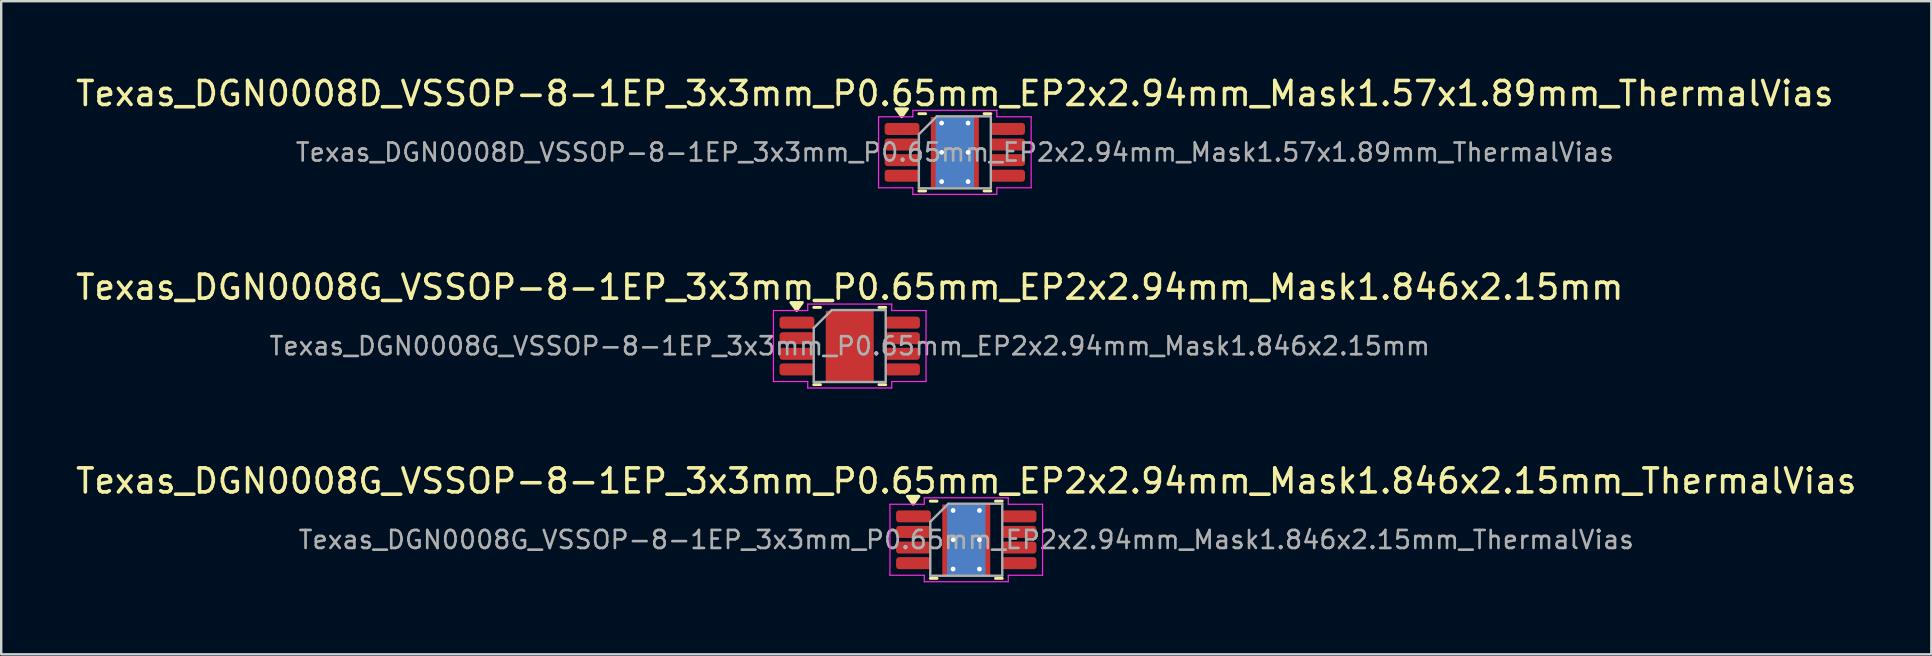
<source format=kicad_pcb>
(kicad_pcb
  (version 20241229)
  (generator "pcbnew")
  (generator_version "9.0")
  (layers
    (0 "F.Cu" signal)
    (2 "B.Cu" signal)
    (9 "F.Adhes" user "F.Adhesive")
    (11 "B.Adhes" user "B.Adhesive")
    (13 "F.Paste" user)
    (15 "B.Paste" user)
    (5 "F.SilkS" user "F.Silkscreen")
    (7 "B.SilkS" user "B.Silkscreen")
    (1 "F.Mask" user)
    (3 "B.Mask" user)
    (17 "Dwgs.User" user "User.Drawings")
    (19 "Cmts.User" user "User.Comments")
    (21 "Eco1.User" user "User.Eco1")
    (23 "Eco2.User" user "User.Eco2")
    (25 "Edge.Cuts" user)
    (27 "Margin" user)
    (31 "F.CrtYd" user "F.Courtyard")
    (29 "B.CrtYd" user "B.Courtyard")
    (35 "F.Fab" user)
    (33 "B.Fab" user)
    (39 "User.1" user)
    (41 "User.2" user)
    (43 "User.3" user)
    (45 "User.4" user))
  (footprint "Texas_DGN0008G_VSSOP-8-1EP_3x3mm_P0.65mm_EP2x2.94mm_Mask1.846x2.15mm"
    (layer "F.Cu")
    (at 32.363 11.371)
    (property "Reference" "Texas_DGN0008G_VSSOP-8-1EP_3x3mm_P0.65mm_EP2x2.94mm_Mask1.846x2.15mm" (at 0 -2.45 0) (layer "F.SilkS") (effects (font (size 1 1) (thickness 0.15))))
    (attr smd)
    (fp_line (start -1.219 -1.61) (end -1.5 -1.61) (stroke (width 0.12) (type solid)) (layer "F.SilkS"))
    (fp_line (start -1.219 1.61) (end -1.5 1.61) (stroke (width 0.12) (type solid)) (layer "F.SilkS"))
    (fp_line (start 1.219 -1.61) (end 1.5 -1.61) (stroke (width 0.12) (type solid)) (layer "F.SilkS"))
    (fp_line (start 1.219 1.61) (end 1.5 1.61) (stroke (width 0.12) (type solid)) (layer "F.SilkS"))
    (fp_poly (pts (xy -2.212 -1.485) (xy -2.453 -1.815) (xy -1.972 -1.815)) (stroke (width 0.12) (type solid)) (fill yes) (layer "F.SilkS"))
    (fp_line (start -3.18 -1.48) (end -1.75 -1.48) (stroke (width 0.05) (type solid)) (layer "F.CrtYd"))
    (fp_line (start -3.18 1.48) (end -3.18 -1.48) (stroke (width 0.05) (type solid)) (layer "F.CrtYd"))
    (fp_line (start -1.75 -1.75) (end 1.75 -1.75) (stroke (width 0.05) (type solid)) (layer "F.CrtYd"))
    (fp_line (start -1.75 -1.48) (end -1.75 -1.75) (stroke (width 0.05) (type solid)) (layer "F.CrtYd"))
    (fp_line (start -1.75 1.48) (end -3.18 1.48) (stroke (width 0.05) (type solid)) (layer "F.CrtYd"))
    (fp_line (start -1.75 1.75) (end -1.75 1.48) (stroke (width 0.05) (type solid)) (layer "F.CrtYd"))
    (fp_line (start 1.75 -1.75) (end 1.75 -1.48) (stroke (width 0.05) (type solid)) (layer "F.CrtYd"))
    (fp_line (start 1.75 -1.48) (end 3.18 -1.48) (stroke (width 0.05) (type solid)) (layer "F.CrtYd"))
    (fp_line (start 1.75 1.48) (end 1.75 1.75) (stroke (width 0.05) (type solid)) (layer "F.CrtYd"))
    (fp_line (start 1.75 1.75) (end -1.75 1.75) (stroke (width 0.05) (type solid)) (layer "F.CrtYd"))
    (fp_line (start 3.18 -1.48) (end 3.18 1.48) (stroke (width 0.05) (type solid)) (layer "F.CrtYd"))
    (fp_line (start 3.18 1.48) (end 1.75 1.48) (stroke (width 0.05) (type solid)) (layer "F.CrtYd"))
    (fp_line (start -1.5 -0.75) (end -0.75 -1.5) (stroke (width 0.1) (type solid)) (layer "F.Fab"))
    (fp_line (start -1.5 1.5) (end -1.5 -0.75) (stroke (width 0.1) (type solid)) (layer "F.Fab"))
    (fp_line (start -0.75 -1.5) (end 1.5 -1.5) (stroke (width 0.1) (type solid)) (layer "F.Fab"))
    (fp_line (start 1.5 -1.5) (end 1.5 1.5) (stroke (width 0.1) (type solid)) (layer "F.Fab"))
    (fp_line (start 1.5 1.5) (end -1.5 1.5) (stroke (width 0.1) (type solid)) (layer "F.Fab"))
    (fp_text user "${REFERENCE}" (at 0 0 0) (layer "F.Fab") (effects (font (size 0.75 0.75) (thickness 0.11))))
    (pad "" smd roundrect (at 0 0) (size 1.49 1.73) (layers "F.Paste") (roundrect_rratio 0.168))
    (pad "" smd rect (at 0 0) (size 1.846 2.15) (layers "F.Mask"))
    (pad "1" smd roundrect (at -2.2 -0.975) (size 1.45 0.5) (layers "F.Cu" "F.Mask" "F.Paste") (roundrect_rratio 0.25))
    (pad "2" smd roundrect (at -2.2 -0.325) (size 1.45 0.5) (layers "F.Cu" "F.Mask" "F.Paste") (roundrect_rratio 0.25))
    (pad "3" smd roundrect (at -2.2 0.325) (size 1.45 0.5) (layers "F.Cu" "F.Mask" "F.Paste") (roundrect_rratio 0.25))
    (pad "4" smd roundrect (at -2.2 0.975) (size 1.45 0.5) (layers "F.Cu" "F.Mask" "F.Paste") (roundrect_rratio 0.25))
    (pad "5" smd roundrect (at 2.2 0.975) (size 1.45 0.5) (layers "F.Cu" "F.Mask" "F.Paste") (roundrect_rratio 0.25))
    (pad "6" smd roundrect (at 2.2 0.325) (size 1.45 0.5) (layers "F.Cu" "F.Mask" "F.Paste") (roundrect_rratio 0.25))
    (pad "7" smd roundrect (at 2.2 -0.325) (size 1.45 0.5) (layers "F.Cu" "F.Mask" "F.Paste") (roundrect_rratio 0.25))
    (pad "8" smd roundrect (at 2.2 -0.975) (size 1.45 0.5) (layers "F.Cu" "F.Mask" "F.Paste") (roundrect_rratio 0.25))
    (pad "9" smd rect (at 0 0) (size 2 2.94) (property pad_prop_heatsink) (layers "F.Cu")))
  (footprint "Texas_DGN0008D_VSSOP-8-1EP_3x3mm_P0.65mm_EP2x2.94mm_Mask1.57x1.89mm_ThermalVias"
    (layer "F.Cu")
    (at 36.744 3.298)
    (property "Reference" "Texas_DGN0008D_VSSOP-8-1EP_3x3mm_P0.65mm_EP2x2.94mm_Mask1.57x1.89mm_ThermalVias" (at 0 -2.45 0) (layer "F.SilkS") (effects (font (size 1 1) (thickness 0.15))))
    (attr smd)
    (fp_line (start -1.219 -1.61) (end -1.5 -1.61) (stroke (width 0.12) (type solid)) (layer "F.SilkS"))
    (fp_line (start -1.219 1.61) (end -1.5 1.61) (stroke (width 0.12) (type solid)) (layer "F.SilkS"))
    (fp_line (start 1.219 -1.61) (end 1.5 -1.61) (stroke (width 0.12) (type solid)) (layer "F.SilkS"))
    (fp_line (start 1.219 1.61) (end 1.5 1.61) (stroke (width 0.12) (type solid)) (layer "F.SilkS"))
    (fp_poly (pts (xy -2.212 -1.485) (xy -2.453 -1.815) (xy -1.972 -1.815)) (stroke (width 0.12) (type solid)) (fill yes) (layer "F.SilkS"))
    (fp_line (start -3.18 -1.48) (end -1.75 -1.48) (stroke (width 0.05) (type solid)) (layer "F.CrtYd"))
    (fp_line (start -3.18 1.48) (end -3.18 -1.48) (stroke (width 0.05) (type solid)) (layer "F.CrtYd"))
    (fp_line (start -1.75 -1.75) (end 1.75 -1.75) (stroke (width 0.05) (type solid)) (layer "F.CrtYd"))
    (fp_line (start -1.75 -1.48) (end -1.75 -1.75) (stroke (width 0.05) (type solid)) (layer "F.CrtYd"))
    (fp_line (start -1.75 1.48) (end -3.18 1.48) (stroke (width 0.05) (type solid)) (layer "F.CrtYd"))
    (fp_line (start -1.75 1.75) (end -1.75 1.48) (stroke (width 0.05) (type solid)) (layer "F.CrtYd"))
    (fp_line (start 1.75 -1.75) (end 1.75 -1.48) (stroke (width 0.05) (type solid)) (layer "F.CrtYd"))
    (fp_line (start 1.75 -1.48) (end 3.18 -1.48) (stroke (width 0.05) (type solid)) (layer "F.CrtYd"))
    (fp_line (start 1.75 1.48) (end 1.75 1.75) (stroke (width 0.05) (type solid)) (layer "F.CrtYd"))
    (fp_line (start 1.75 1.75) (end -1.75 1.75) (stroke (width 0.05) (type solid)) (layer "F.CrtYd"))
    (fp_line (start 3.18 -1.48) (end 3.18 1.48) (stroke (width 0.05) (type solid)) (layer "F.CrtYd"))
    (fp_line (start 3.18 1.48) (end 1.75 1.48) (stroke (width 0.05) (type solid)) (layer "F.CrtYd"))
    (fp_line (start -1.5 -0.75) (end -0.75 -1.5) (stroke (width 0.1) (type solid)) (layer "F.Fab"))
    (fp_line (start -1.5 1.5) (end -1.5 -0.75) (stroke (width 0.1) (type solid)) (layer "F.Fab"))
    (fp_line (start -0.75 -1.5) (end 1.5 -1.5) (stroke (width 0.1) (type solid)) (layer "F.Fab"))
    (fp_line (start 1.5 -1.5) (end 1.5 1.5) (stroke (width 0.1) (type solid)) (layer "F.Fab"))
    (fp_line (start 1.5 1.5) (end -1.5 1.5) (stroke (width 0.1) (type solid)) (layer "F.Fab"))
    (fp_text user "${REFERENCE}" (at 0 0 0) (layer "F.Fab") (effects (font (size 0.75 0.75) (thickness 0.11))))
    (pad "" smd roundrect (at 0 -0.47) (size 1.36 0.82) (layers "F.Paste") (roundrect_rratio 0.25))
    (pad "" smd rect (at 0 0) (size 1.57 1.89) (layers "F.Mask"))
    (pad "" smd roundrect (at 0 0.47) (size 1.36 0.82) (layers "F.Paste") (roundrect_rratio 0.25))
    (pad "1" smd roundrect (at -2.2 -0.975) (size 1.45 0.5) (layers "F.Cu" "F.Mask" "F.Paste") (roundrect_rratio 0.25))
    (pad "2" smd roundrect (at -2.2 -0.325) (size 1.45 0.5) (layers "F.Cu" "F.Mask" "F.Paste") (roundrect_rratio 0.25))
    (pad "3" smd roundrect (at -2.2 0.325) (size 1.45 0.5) (layers "F.Cu" "F.Mask" "F.Paste") (roundrect_rratio 0.25))
    (pad "4" smd roundrect (at -2.2 0.975) (size 1.45 0.5) (layers "F.Cu" "F.Mask" "F.Paste") (roundrect_rratio 0.25))
    (pad "5" smd roundrect (at 2.2 0.975) (size 1.45 0.5) (layers "F.Cu" "F.Mask" "F.Paste") (roundrect_rratio 0.25))
    (pad "6" smd roundrect (at 2.2 0.325) (size 1.45 0.5) (layers "F.Cu" "F.Mask" "F.Paste") (roundrect_rratio 0.25))
    (pad "7" smd roundrect (at 2.2 -0.325) (size 1.45 0.5) (layers "F.Cu" "F.Mask" "F.Paste") (roundrect_rratio 0.25))
    (pad "8" smd roundrect (at 2.2 -0.975) (size 1.45 0.5) (layers "F.Cu" "F.Mask" "F.Paste") (roundrect_rratio 0.25))
    (pad "9" thru_hole circle (at -0.55 -1.22) (size 0.5 0.5) (drill 0.2) (property pad_prop_heatsink) (layers "*.Cu"))
    (pad "9" thru_hole circle (at -0.55 0) (size 0.5 0.5) (drill 0.2) (property pad_prop_heatsink) (layers "*.Cu"))
    (pad "9" thru_hole circle (at -0.55 1.22) (size 0.5 0.5) (drill 0.2) (property pad_prop_heatsink) (layers "*.Cu"))
    (pad "9" smd rect (at 0 0) (size 1.6 2.94) (property pad_prop_heatsink) (layers "B.Cu"))
    (pad "9" smd rect (at 0 0) (size 2 2.94) (property pad_prop_heatsink) (layers "F.Cu"))
    (pad "9" thru_hole circle (at 0.55 -1.22) (size 0.5 0.5) (drill 0.2) (property pad_prop_heatsink) (layers "*.Cu"))
    (pad "9" thru_hole circle (at 0.55 0) (size 0.5 0.5) (drill 0.2) (property pad_prop_heatsink) (layers "*.Cu"))
    (pad "9" thru_hole circle (at 0.55 1.22) (size 0.5 0.5) (drill 0.2) (property pad_prop_heatsink) (layers "*.Cu")))
  (footprint "Texas_DGN0008G_VSSOP-8-1EP_3x3mm_P0.65mm_EP2x2.94mm_Mask1.846x2.15mm_ThermalVias"
    (layer "F.Cu")
    (at 37.22 19.445)
    (property "Reference" "Texas_DGN0008G_VSSOP-8-1EP_3x3mm_P0.65mm_EP2x2.94mm_Mask1.846x2.15mm_ThermalVias" (at 0 -2.45 0) (layer "F.SilkS") (effects (font (size 1 1) (thickness 0.15))))
    (attr smd)
    (fp_line (start -1.219 -1.61) (end -1.5 -1.61) (stroke (width 0.12) (type solid)) (layer "F.SilkS"))
    (fp_line (start -1.219 1.61) (end -1.5 1.61) (stroke (width 0.12) (type solid)) (layer "F.SilkS"))
    (fp_line (start 1.219 -1.61) (end 1.5 -1.61) (stroke (width 0.12) (type solid)) (layer "F.SilkS"))
    (fp_line (start 1.219 1.61) (end 1.5 1.61) (stroke (width 0.12) (type solid)) (layer "F.SilkS"))
    (fp_poly (pts (xy -2.212 -1.485) (xy -2.453 -1.815) (xy -1.972 -1.815)) (stroke (width 0.12) (type solid)) (fill yes) (layer "F.SilkS"))
    (fp_line (start -3.18 -1.48) (end -1.75 -1.48) (stroke (width 0.05) (type solid)) (layer "F.CrtYd"))
    (fp_line (start -3.18 1.48) (end -3.18 -1.48) (stroke (width 0.05) (type solid)) (layer "F.CrtYd"))
    (fp_line (start -1.75 -1.75) (end 1.75 -1.75) (stroke (width 0.05) (type solid)) (layer "F.CrtYd"))
    (fp_line (start -1.75 -1.48) (end -1.75 -1.75) (stroke (width 0.05) (type solid)) (layer "F.CrtYd"))
    (fp_line (start -1.75 1.48) (end -3.18 1.48) (stroke (width 0.05) (type solid)) (layer "F.CrtYd"))
    (fp_line (start -1.75 1.75) (end -1.75 1.48) (stroke (width 0.05) (type solid)) (layer "F.CrtYd"))
    (fp_line (start 1.75 -1.75) (end 1.75 -1.48) (stroke (width 0.05) (type solid)) (layer "F.CrtYd"))
    (fp_line (start 1.75 -1.48) (end 3.18 -1.48) (stroke (width 0.05) (type solid)) (layer "F.CrtYd"))
    (fp_line (start 1.75 1.48) (end 1.75 1.75) (stroke (width 0.05) (type solid)) (layer "F.CrtYd"))
    (fp_line (start 1.75 1.75) (end -1.75 1.75) (stroke (width 0.05) (type solid)) (layer "F.CrtYd"))
    (fp_line (start 3.18 -1.48) (end 3.18 1.48) (stroke (width 0.05) (type solid)) (layer "F.CrtYd"))
    (fp_line (start 3.18 1.48) (end 1.75 1.48) (stroke (width 0.05) (type solid)) (layer "F.CrtYd"))
    (fp_line (start -1.5 -0.75) (end -0.75 -1.5) (stroke (width 0.1) (type solid)) (layer "F.Fab"))
    (fp_line (start -1.5 1.5) (end -1.5 -0.75) (stroke (width 0.1) (type solid)) (layer "F.Fab"))
    (fp_line (start -0.75 -1.5) (end 1.5 -1.5) (stroke (width 0.1) (type solid)) (layer "F.Fab"))
    (fp_line (start 1.5 -1.5) (end 1.5 1.5) (stroke (width 0.1) (type solid)) (layer "F.Fab"))
    (fp_line (start 1.5 1.5) (end -1.5 1.5) (stroke (width 0.1) (type solid)) (layer "F.Fab"))
    (fp_text user "${REFERENCE}" (at 0 0 0) (layer "F.Fab") (effects (font (size 0.75 0.75) (thickness 0.11))))
    (pad "" smd roundrect (at -0.46 -0.54) (size 0.8 0.93) (layers "F.Paste") (roundrect_rratio 0.25))
    (pad "" smd roundrect (at -0.46 0.54) (size 0.8 0.93) (layers "F.Paste") (roundrect_rratio 0.25))
    (pad "" smd rect (at 0 0) (size 1.846 2.15) (layers "F.Mask"))
    (pad "" smd roundrect (at 0.46 -0.54) (size 0.8 0.93) (layers "F.Paste") (roundrect_rratio 0.25))
    (pad "" smd roundrect (at 0.46 0.54) (size 0.8 0.93) (layers "F.Paste") (roundrect_rratio 0.25))
    (pad "1" smd roundrect (at -2.2 -0.975) (size 1.45 0.5) (layers "F.Cu" "F.Mask" "F.Paste") (roundrect_rratio 0.25))
    (pad "2" smd roundrect (at -2.2 -0.325) (size 1.45 0.5) (layers "F.Cu" "F.Mask" "F.Paste") (roundrect_rratio 0.25))
    (pad "3" smd roundrect (at -2.2 0.325) (size 1.45 0.5) (layers "F.Cu" "F.Mask" "F.Paste") (roundrect_rratio 0.25))
    (pad "4" smd roundrect (at -2.2 0.975) (size 1.45 0.5) (layers "F.Cu" "F.Mask" "F.Paste") (roundrect_rratio 0.25))
    (pad "5" smd roundrect (at 2.2 0.975) (size 1.45 0.5) (layers "F.Cu" "F.Mask" "F.Paste") (roundrect_rratio 0.25))
    (pad "6" smd roundrect (at 2.2 0.325) (size 1.45 0.5) (layers "F.Cu" "F.Mask" "F.Paste") (roundrect_rratio 0.25))
    (pad "7" smd roundrect (at 2.2 -0.325) (size 1.45 0.5) (layers "F.Cu" "F.Mask" "F.Paste") (roundrect_rratio 0.25))
    (pad "8" smd roundrect (at 2.2 -0.975) (size 1.45 0.5) (layers "F.Cu" "F.Mask" "F.Paste") (roundrect_rratio 0.25))
    (pad "9" thru_hole circle (at -0.55 -1.22) (size 0.5 0.5) (drill 0.2) (property pad_prop_heatsink) (layers "*.Cu"))
    (pad "9" thru_hole circle (at -0.55 0) (size 0.5 0.5) (drill 0.2) (property pad_prop_heatsink) (layers "*.Cu"))
    (pad "9" thru_hole circle (at -0.55 1.22) (size 0.5 0.5) (drill 0.2) (property pad_prop_heatsink) (layers "*.Cu"))
    (pad "9" smd rect (at 0 0) (size 1.6 2.94) (property pad_prop_heatsink) (layers "B.Cu"))
    (pad "9" smd rect (at 0 0) (size 2 2.94) (property pad_prop_heatsink) (layers "F.Cu"))
    (pad "9" thru_hole circle (at 0.55 -1.22) (size 0.5 0.5) (drill 0.2) (property pad_prop_heatsink) (layers "*.Cu"))
    (pad "9" thru_hole circle (at 0.55 0) (size 0.5 0.5) (drill 0.2) (property pad_prop_heatsink) (layers "*.Cu"))
    (pad "9" thru_hole circle (at 0.55 1.22) (size 0.5 0.5) (drill 0.2) (property pad_prop_heatsink) (layers "*.Cu")))
  (gr_rect
    (start -3 -3)
    (end 77.44 24.22)
    (stroke (width 0.1) (type default))
    (fill no)
    (layer "Edge.Cuts")))
</source>
